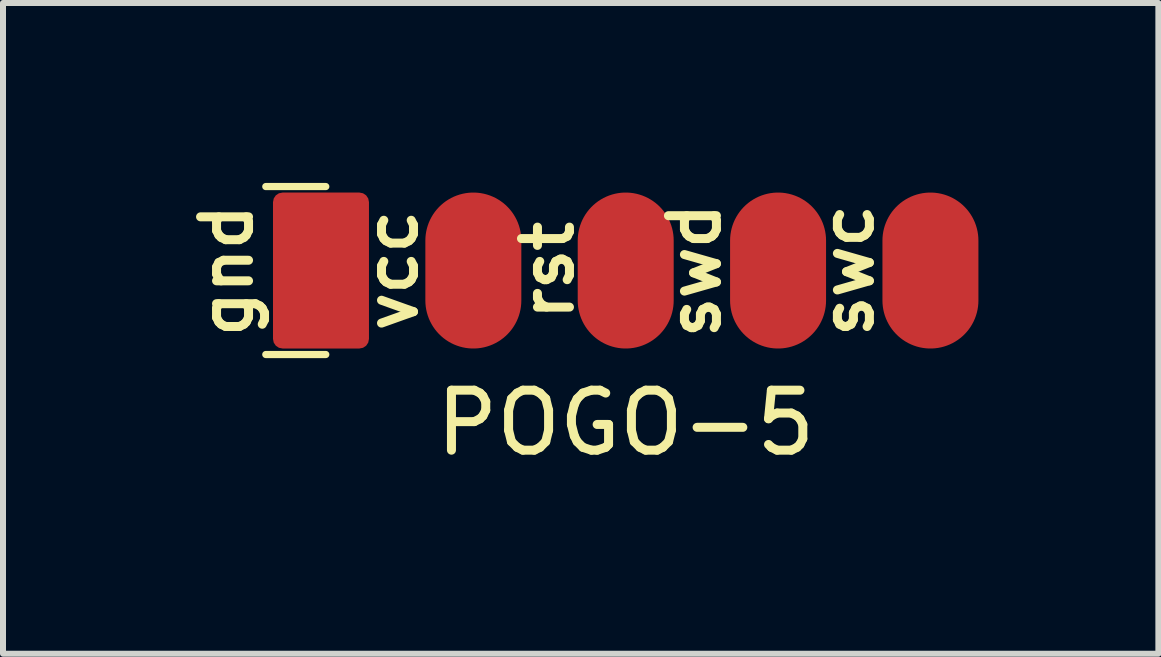
<source format=kicad_pcb>
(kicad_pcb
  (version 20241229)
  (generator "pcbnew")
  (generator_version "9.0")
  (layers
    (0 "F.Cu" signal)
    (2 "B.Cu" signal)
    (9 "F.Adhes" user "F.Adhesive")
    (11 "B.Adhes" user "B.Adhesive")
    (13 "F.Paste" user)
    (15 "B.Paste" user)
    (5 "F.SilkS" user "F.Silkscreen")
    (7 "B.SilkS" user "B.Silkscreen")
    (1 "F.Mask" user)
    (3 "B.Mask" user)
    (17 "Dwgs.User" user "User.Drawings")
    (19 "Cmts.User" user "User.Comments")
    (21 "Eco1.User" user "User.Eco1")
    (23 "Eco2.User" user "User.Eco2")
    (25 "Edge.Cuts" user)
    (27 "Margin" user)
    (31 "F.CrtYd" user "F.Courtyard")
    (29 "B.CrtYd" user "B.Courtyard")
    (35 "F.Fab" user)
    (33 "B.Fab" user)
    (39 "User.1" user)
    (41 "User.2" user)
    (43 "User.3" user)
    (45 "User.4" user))
  (footprint "POGO-5"
    (layer "F.Cu")
    (at 7.381 1.46)
    (property "Reference" "POGO-5" (at 0 2.54 0) (layer "F.SilkS") (effects (font (size 1 1) (thickness 0.15))))
    (attr through_hole)
    (fp_line (start -6 -1.4) (end -5 -1.4) (stroke (width 0.12) (type solid)) (layer "F.SilkS"))
    (fp_line (start -5 1.4) (end -6 1.4) (stroke (width 0.12) (type solid)) (layer "F.SilkS"))
    (fp_text user "rst" (at -1.3 0 90) (layer "F.SilkS") (effects (font (size 0.8 0.8) (thickness 0.15))))
    (fp_text user "vcc" (at -3.9 0 270) (layer "F.SilkS") (effects (font (size 0.8 0.8) (thickness 0.15))))
    (fp_text user "swd" (at 1.15 0 90) (layer "F.SilkS") (effects (font (size 0.8 0.8) (thickness 0.15))))
    (fp_text user "gnd" (at -6.65 0 90) (layer "F.SilkS") (effects (font (size 0.8 0.8) (thickness 0.15))))
    (fp_text user "swc" (at 3.7 0 90) (layer "F.SilkS") (effects (font (size 0.8 0.8) (thickness 0.15))))
    (pad "1" smd roundrect (at -5.08 0) (size 1.6 2.6) (layers "F.Cu" "F.Mask" "F.Paste") (roundrect_rratio 0.1))
    (pad "2" smd oval (at -2.54 0) (size 1.6 2.6) (layers "F.Cu" "F.Mask" "F.Paste"))
    (pad "3" smd oval (at 0 0) (size 1.6 2.6) (layers "F.Cu" "F.Mask" "F.Paste"))
    (pad "4" smd oval (at 2.54 0) (size 1.6 2.6) (layers "F.Cu" "F.Mask" "F.Paste"))
    (pad "5" smd oval (at 5.08 0) (size 1.6 2.6) (layers "F.Cu" "F.Mask" "F.Paste")))
  (gr_rect
    (start -3 -3)
    (end 16.261 7.848)
    (stroke (width 0.1) (type default))
    (fill no)
    (layer "Edge.Cuts")))
</source>
